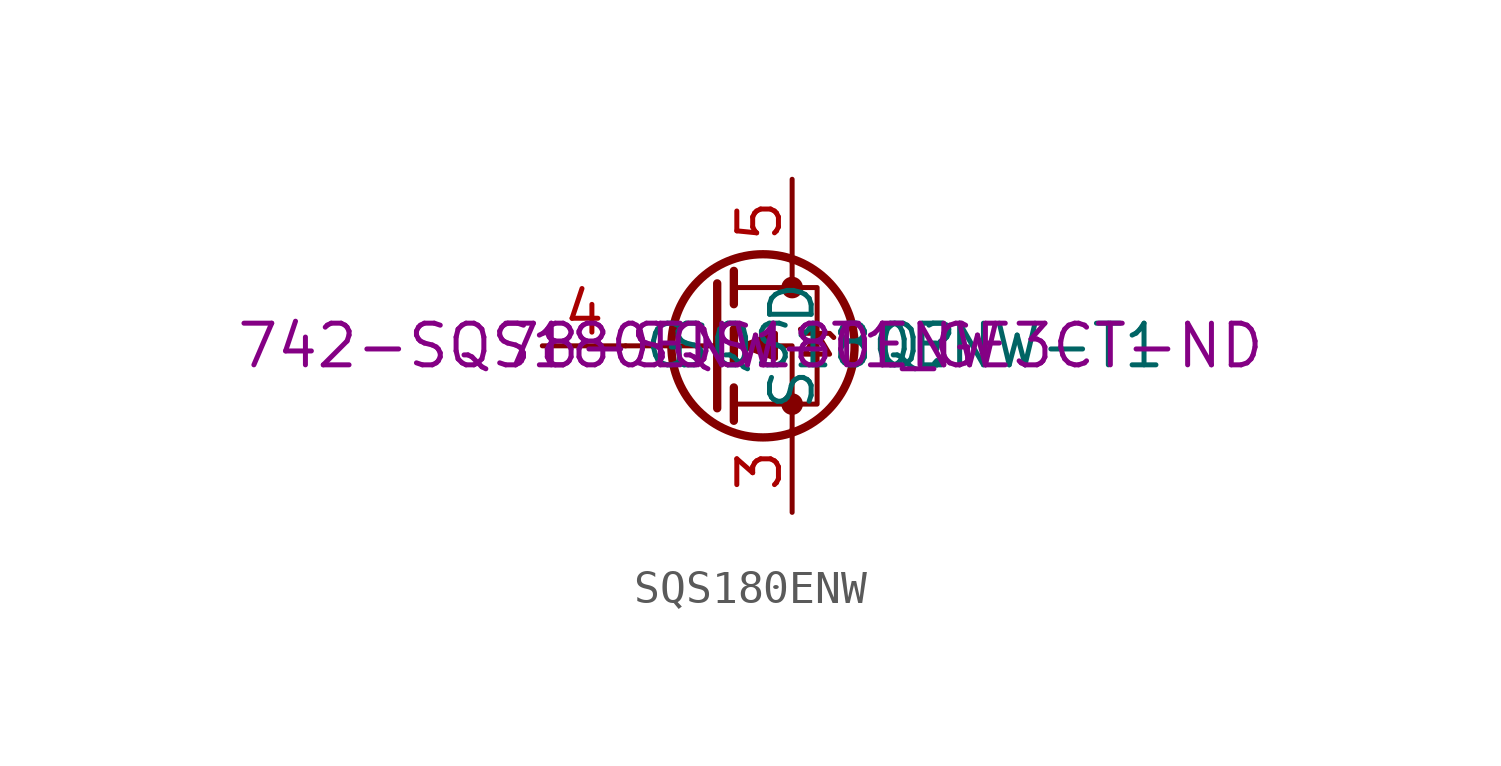
<source format=kicad_sym>
(kicad_symbol_lib
  (version 20231120)
  (generator "kicad_symbol_editor")
  (generator_version "8.0")
  (symbol "SQS180ENW"
    (property "Reference" "Q"
      (at 5.08 0 0)
      (effects (font (size 1.27 1.27))))
    (property "Value" "SQS180ENW-T1"
      (at 5.08 0 0)
      (effects (font (size 1.27 1.27))))
    (property "Mouser" "78-SQS180ENW"
      (at 0 0 0)
      (effects (font (size 1.27 1.27))))
    (property "Digikey" "742-SQS180ENW-T1_GE3CT-ND"
      (at 0 0 0)
      (effects (font (size 1.27 1.27))))
    (symbol "SQS180ENW_0_1"
      (polyline (pts (xy -1.016 0) (xy -3.81 0)) (stroke (width 0) (type default)) (fill (type none)))
      (polyline (pts (xy -1.016 1.905) (xy -1.016 -1.905)) (stroke (width 0.254) (type default)) (fill (type none)))
      (polyline (pts (xy -0.508 -1.27) (xy -0.508 -2.286)) (stroke (width 0.254) (type default)) (fill (type none)))
      (polyline (pts (xy -0.508 0.508) (xy -0.508 -0.508)) (stroke (width 0.254) (type default)) (fill (type none)))
      (polyline (pts (xy -0.508 2.286) (xy -0.508 1.27)) (stroke (width 0.254) (type default)) (fill (type none)))
      (polyline (pts (xy 1.27 2.54) (xy 1.27 1.778)) (stroke (width 0) (type default)) (fill (type none)))
      (polyline (pts (xy 1.27 -2.54) (xy 1.27 0) (xy -0.508 0)) (stroke (width 0) (type default)) (fill (type none)))
      (polyline (pts (xy -0.508 -1.778) (xy 2.032 -1.778) (xy 2.032 1.778) (xy -0.508 1.778)) (stroke (width 0) (type default)) (fill (type none)))
      (polyline (pts (xy -0.254 0) (xy 0.762 0.381) (xy 0.762 -0.381) (xy -0.254 0)) (stroke (width 0) (type default)) (fill (type outline)))
      (polyline (pts (xy 1.524 0.508) (xy 1.651 0.381) (xy 2.413 0.381) (xy 2.54 0.254)) (stroke (width 0) (type default)) (fill (type none)))
      (polyline (pts (xy 2.032 0.381) (xy 1.651 -0.254) (xy 2.413 -0.254) (xy 2.032 0.381)) (stroke (width 0) (type default)) (fill (type none)))
      (circle (center 0.381 0) (radius 2.794) (stroke (width 0.254) (type default)) (fill (type none)))
      (circle (center 1.27 -1.778) (radius 0.254) (stroke (width 0) (type default)) (fill (type outline)))
      (circle (center 1.27 1.778) (radius 0.254) (stroke (width 0) (type default)) (fill (type outline))))
    (symbol "SQS180ENW_1_1"
      (pin passive line (at 1.27 -5.08 90) (length 2.54) hide (name "S" (effects (font (size 1.27 1.27)))) (number "1" (effects (font (size 1.27 1.27)))))
      (pin passive line (at 1.27 -5.08 90) (length 2.54) hide (name "S" (effects (font (size 1.27 1.27)))) (number "2" (effects (font (size 1.27 1.27)))))
      (pin passive line (at 1.27 -5.08 90) (length 2.54) (name "S" (effects (font (size 1.27 1.27)))) (number "3" (effects (font (size 1.27 1.27)))))
      (pin input line (at -6.35 0 0) (length 2.54) (name "G" (effects (font (size 1.27 1.27)))) (number "4" (effects (font (size 1.27 1.27)))))
      (pin passive line (at 1.27 5.08 270) (length 2.54) (name "D" (effects (font (size 1.27 1.27)))) (number "5" (effects (font (size 1.27 1.27)))))
      (pin passive line (at 1.27 5.08 270) (length 2.54) hide (name "D" (effects (font (size 1.27 1.27)))) (number "6" (effects (font (size 1.27 1.27)))))
      (pin passive line (at 1.27 5.08 270) (length 2.54) hide (name "D" (effects (font (size 1.27 1.27)))) (number "7" (effects (font (size 1.27 1.27)))))
      (pin passive line (at 1.27 5.08 270) (length 2.54) hide (name "D" (effects (font (size 1.27 1.27)))) (number "8" (effects (font (size 1.27 1.27))))))))
</source>
